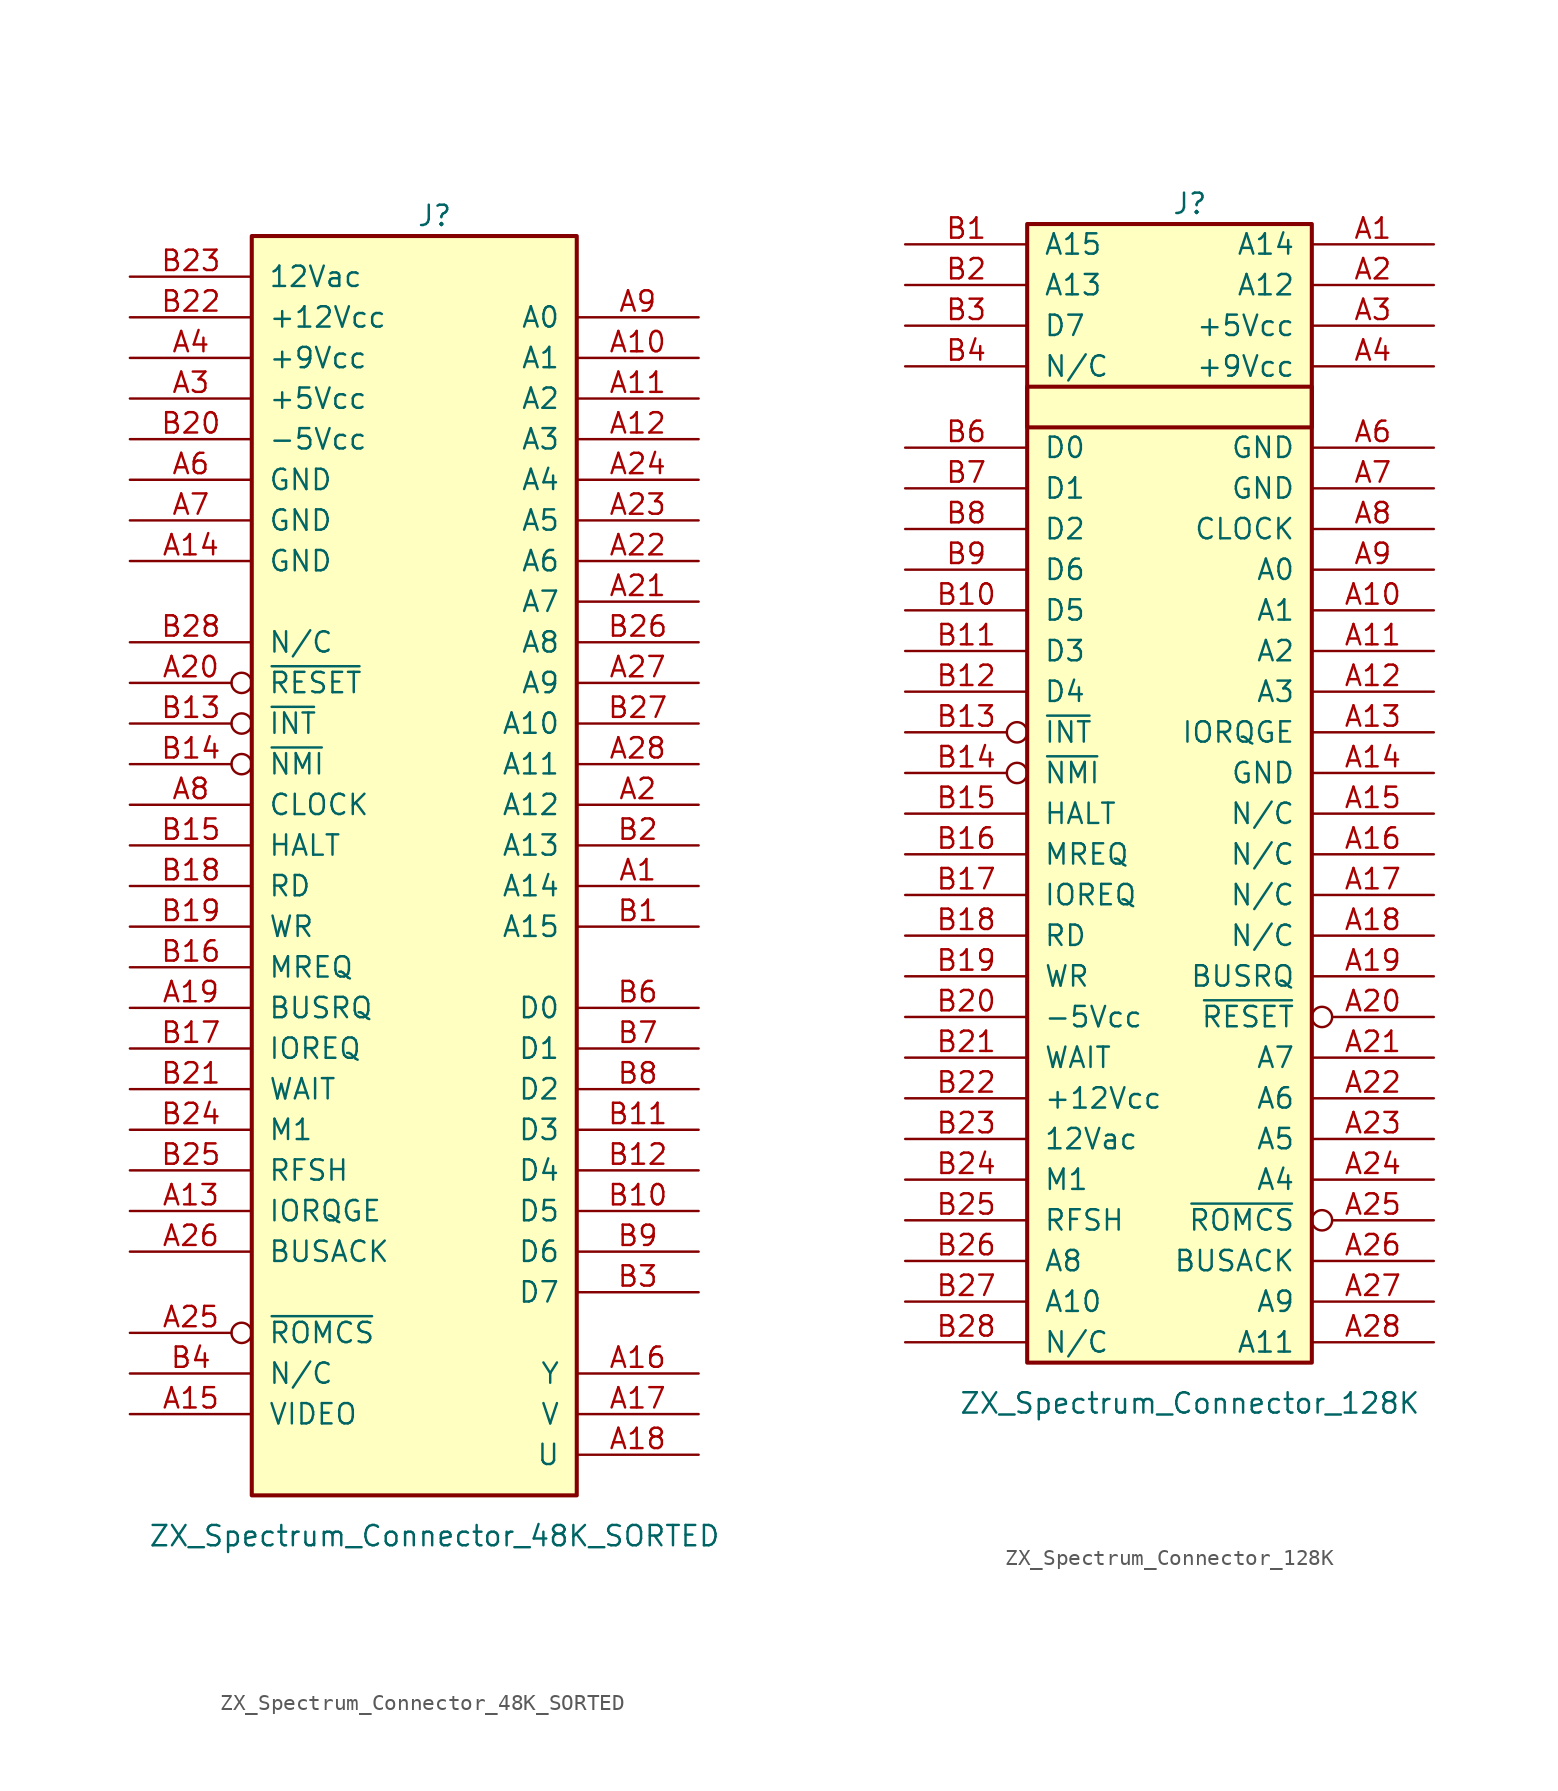
<source format=kicad_sym>
(kicad_symbol_lib
  (version 20241209)
  (generator "kicad_symbol_editor")
  (generator_version "9.0")
  (symbol "ZX_Spectrum_Connector_48K_SORTED"
    (pin_names
      (offset 1.016))
    (property "Reference" "J"
      (at 1.27 35.56 0)
      (effects (font (size 1.27 1.27))))
    (property "Value" "ZX_Spectrum_Connector_48K_SORTED"
      (at 1.27 -46.99 0)
      (effects (font (size 1.27 1.27))))
    (symbol "ZX_Spectrum_Connector_48K_SORTED_1_1"
      (rectangle (start -10.16 34.29) (end 10.16 -44.45) (stroke (width 0.254) (type default)) (fill (type background)))
      (pin bidirectional line (at -17.78 31.75 0) (length 7.62) (name "12Vac" (effects (font (size 1.27 1.27)))) (number "B23" (effects (font (size 1.27 1.27)))))
      (pin bidirectional line (at -17.78 29.21 0) (length 7.62) (name "+12Vcc" (effects (font (size 1.27 1.27)))) (number "B22" (effects (font (size 1.27 1.27)))))
      (pin bidirectional line (at -17.78 26.67 0) (length 7.62) (name "+9Vcc" (effects (font (size 1.27 1.27)))) (number "A4" (effects (font (size 1.27 1.27)))))
      (pin bidirectional line (at -17.78 24.13 0) (length 7.62) (name "+5Vcc" (effects (font (size 1.27 1.27)))) (number "A3" (effects (font (size 1.27 1.27)))))
      (pin bidirectional line (at -17.78 21.59 0) (length 7.62) (name "-5Vcc" (effects (font (size 1.27 1.27)))) (number "B20" (effects (font (size 1.27 1.27)))))
      (pin bidirectional line (at -17.78 19.05 0) (length 7.62) (name "GND" (effects (font (size 1.27 1.27)))) (number "A6" (effects (font (size 1.27 1.27)))))
      (pin bidirectional line (at -17.78 16.51 0) (length 7.62) (name "GND" (effects (font (size 1.27 1.27)))) (number "A7" (effects (font (size 1.27 1.27)))))
      (pin bidirectional line (at -17.78 13.97 0) (length 7.62) (name "GND" (effects (font (size 1.27 1.27)))) (number "A14" (effects (font (size 1.27 1.27)))))
      (pin unspecified line (at -17.78 8.89 0) (length 7.62) (name "N/C" (effects (font (size 1.27 1.27)))) (number "B28" (effects (font (size 1.27 1.27)))))
      (pin bidirectional inverted (at -17.78 6.35 0) (length 7.62) (name "~{RESET}" (effects (font (size 1.27 1.27)))) (number "A20" (effects (font (size 1.27 1.27)))))
      (pin bidirectional inverted (at -17.78 3.81 0) (length 7.62) (name "~{INT}" (effects (font (size 1.27 1.27)))) (number "B13" (effects (font (size 1.27 1.27)))))
      (pin bidirectional inverted (at -17.78 1.27 0) (length 7.62) (name "~{NMI}" (effects (font (size 1.27 1.27)))) (number "B14" (effects (font (size 1.27 1.27)))))
      (pin bidirectional line (at -17.78 -1.27 0) (length 7.62) (name "CLOCK" (effects (font (size 1.27 1.27)))) (number "A8" (effects (font (size 1.27 1.27)))))
      (pin bidirectional line (at -17.78 -3.81 0) (length 7.62) (name "HALT" (effects (font (size 1.27 1.27)))) (number "B15" (effects (font (size 1.27 1.27)))))
      (pin bidirectional line (at -17.78 -6.35 0) (length 7.62) (name "RD" (effects (font (size 1.27 1.27)))) (number "B18" (effects (font (size 1.27 1.27)))))
      (pin bidirectional line (at -17.78 -8.89 0) (length 7.62) (name "WR" (effects (font (size 1.27 1.27)))) (number "B19" (effects (font (size 1.27 1.27)))))
      (pin bidirectional line (at -17.78 -11.43 0) (length 7.62) (name "MREQ" (effects (font (size 1.27 1.27)))) (number "B16" (effects (font (size 1.27 1.27)))))
      (pin bidirectional line (at -17.78 -13.97 0) (length 7.62) (name "BUSRQ" (effects (font (size 1.27 1.27)))) (number "A19" (effects (font (size 1.27 1.27)))))
      (pin bidirectional line (at -17.78 -16.51 0) (length 7.62) (name "IOREQ" (effects (font (size 1.27 1.27)))) (number "B17" (effects (font (size 1.27 1.27)))))
      (pin bidirectional line (at -17.78 -19.05 0) (length 7.62) (name "WAIT" (effects (font (size 1.27 1.27)))) (number "B21" (effects (font (size 1.27 1.27)))))
      (pin bidirectional line (at -17.78 -21.59 0) (length 7.62) (name "M1" (effects (font (size 1.27 1.27)))) (number "B24" (effects (font (size 1.27 1.27)))))
      (pin bidirectional line (at -17.78 -24.13 0) (length 7.62) (name "RFSH" (effects (font (size 1.27 1.27)))) (number "B25" (effects (font (size 1.27 1.27)))))
      (pin bidirectional line (at -17.78 -26.67 0) (length 7.62) (name "IORQGE" (effects (font (size 1.27 1.27)))) (number "A13" (effects (font (size 1.27 1.27)))))
      (pin bidirectional line (at -17.78 -29.21 0) (length 7.62) (name "BUSACK" (effects (font (size 1.27 1.27)))) (number "A26" (effects (font (size 1.27 1.27)))))
      (pin bidirectional inverted (at -17.78 -34.29 0) (length 7.62) (name "~{ROMCS}" (effects (font (size 1.27 1.27)))) (number "A25" (effects (font (size 1.27 1.27)))))
      (pin unspecified line (at -17.78 -36.83 0) (length 7.62) (name "N/C" (effects (font (size 1.27 1.27)))) (number "B4" (effects (font (size 1.27 1.27)))))
      (pin bidirectional line (at -17.78 -39.37 0) (length 7.62) (name "VIDEO" (effects (font (size 1.27 1.27)))) (number "A15" (effects (font (size 1.27 1.27)))))
      (pin bidirectional line (at 17.78 29.21 180) (length 7.62) (name "A0" (effects (font (size 1.27 1.27)))) (number "A9" (effects (font (size 1.27 1.27)))))
      (pin bidirectional line (at 17.78 26.67 180) (length 7.62) (name "A1" (effects (font (size 1.27 1.27)))) (number "A10" (effects (font (size 1.27 1.27)))))
      (pin bidirectional line (at 17.78 24.13 180) (length 7.62) (name "A2" (effects (font (size 1.27 1.27)))) (number "A11" (effects (font (size 1.27 1.27)))))
      (pin bidirectional line (at 17.78 21.59 180) (length 7.62) (name "A3" (effects (font (size 1.27 1.27)))) (number "A12" (effects (font (size 1.27 1.27)))))
      (pin bidirectional line (at 17.78 19.05 180) (length 7.62) (name "A4" (effects (font (size 1.27 1.27)))) (number "A24" (effects (font (size 1.27 1.27)))))
      (pin bidirectional line (at 17.78 16.51 180) (length 7.62) (name "A5" (effects (font (size 1.27 1.27)))) (number "A23" (effects (font (size 1.27 1.27)))))
      (pin bidirectional line (at 17.78 13.97 180) (length 7.62) (name "A6" (effects (font (size 1.27 1.27)))) (number "A22" (effects (font (size 1.27 1.27)))))
      (pin bidirectional line (at 17.78 11.43 180) (length 7.62) (name "A7" (effects (font (size 1.27 1.27)))) (number "A21" (effects (font (size 1.27 1.27)))))
      (pin bidirectional line (at 17.78 8.89 180) (length 7.62) (name "A8" (effects (font (size 1.27 1.27)))) (number "B26" (effects (font (size 1.27 1.27)))))
      (pin bidirectional line (at 17.78 6.35 180) (length 7.62) (name "A9" (effects (font (size 1.27 1.27)))) (number "A27" (effects (font (size 1.27 1.27)))))
      (pin bidirectional line (at 17.78 3.81 180) (length 7.62) (name "A10" (effects (font (size 1.27 1.27)))) (number "B27" (effects (font (size 1.27 1.27)))))
      (pin bidirectional line (at 17.78 1.27 180) (length 7.62) (name "A11" (effects (font (size 1.27 1.27)))) (number "A28" (effects (font (size 1.27 1.27)))))
      (pin bidirectional line (at 17.78 -1.27 180) (length 7.62) (name "A12" (effects (font (size 1.27 1.27)))) (number "A2" (effects (font (size 1.27 1.27)))))
      (pin bidirectional line (at 17.78 -3.81 180) (length 7.62) (name "A13" (effects (font (size 1.27 1.27)))) (number "B2" (effects (font (size 1.27 1.27)))))
      (pin bidirectional line (at 17.78 -6.35 180) (length 7.62) (name "A14" (effects (font (size 1.27 1.27)))) (number "A1" (effects (font (size 1.27 1.27)))))
      (pin bidirectional line (at 17.78 -8.89 180) (length 7.62) (name "A15" (effects (font (size 1.27 1.27)))) (number "B1" (effects (font (size 1.27 1.27)))))
      (pin bidirectional line (at 17.78 -13.97 180) (length 7.62) (name "D0" (effects (font (size 1.27 1.27)))) (number "B6" (effects (font (size 1.27 1.27)))))
      (pin bidirectional line (at 17.78 -16.51 180) (length 7.62) (name "D1" (effects (font (size 1.27 1.27)))) (number "B7" (effects (font (size 1.27 1.27)))))
      (pin bidirectional line (at 17.78 -19.05 180) (length 7.62) (name "D2" (effects (font (size 1.27 1.27)))) (number "B8" (effects (font (size 1.27 1.27)))))
      (pin bidirectional line (at 17.78 -21.59 180) (length 7.62) (name "D3" (effects (font (size 1.27 1.27)))) (number "B11" (effects (font (size 1.27 1.27)))))
      (pin bidirectional line (at 17.78 -24.13 180) (length 7.62) (name "D4" (effects (font (size 1.27 1.27)))) (number "B12" (effects (font (size 1.27 1.27)))))
      (pin bidirectional line (at 17.78 -26.67 180) (length 7.62) (name "D5" (effects (font (size 1.27 1.27)))) (number "B10" (effects (font (size 1.27 1.27)))))
      (pin bidirectional line (at 17.78 -29.21 180) (length 7.62) (name "D6" (effects (font (size 1.27 1.27)))) (number "B9" (effects (font (size 1.27 1.27)))))
      (pin bidirectional line (at 17.78 -31.75 180) (length 7.62) (name "D7" (effects (font (size 1.27 1.27)))) (number "B3" (effects (font (size 1.27 1.27)))))
      (pin unspecified line (at 17.78 -36.83 180) (length 7.62) (name "Y" (effects (font (size 1.27 1.27)))) (number "A16" (effects (font (size 1.27 1.27)))))
      (pin bidirectional line (at 17.78 -39.37 180) (length 7.62) (name "V" (effects (font (size 1.27 1.27)))) (number "A17" (effects (font (size 1.27 1.27)))))
      (pin bidirectional line (at 17.78 -41.91 180) (length 7.62) (name "U" (effects (font (size 1.27 1.27)))) (number "A18" (effects (font (size 1.27 1.27)))))))
  (symbol "ZX_Spectrum_Connector_128K"
    (pin_names
      (offset 1.016))
    (property "Reference" "J"
      (at 1.27 36.83 0)
      (effects (font (size 1.27 1.27))))
    (property "Value" "ZX_Spectrum_Connector_128K"
      (at 1.27 -38.1 0)
      (effects (font (size 1.27 1.27))))
    (symbol "ZX_Spectrum_Connector_128K_1_1"
      (rectangle (start -8.89 35.56) (end 8.89 -35.56) (stroke (width 0.254) (type default)) (fill (type background)))
      (rectangle (start -8.89 25.4) (end 8.89 22.86) (stroke (width 0.254) (type default)) (fill (type none)))
      (pin bidirectional line (at -16.51 34.29 0) (length 7.62) (name "A15" (effects (font (size 1.27 1.27)))) (number "B1" (effects (font (size 1.27 1.27)))))
      (pin bidirectional line (at -16.51 31.75 0) (length 7.62) (name "A13" (effects (font (size 1.27 1.27)))) (number "B2" (effects (font (size 1.27 1.27)))))
      (pin bidirectional line (at -16.51 29.21 0) (length 7.62) (name "D7" (effects (font (size 1.27 1.27)))) (number "B3" (effects (font (size 1.27 1.27)))))
      (pin unspecified line (at -16.51 26.67 0) (length 7.62) (name "N/C" (effects (font (size 1.27 1.27)))) (number "B4" (effects (font (size 1.27 1.27)))))
      (pin bidirectional line (at -16.51 21.59 0) (length 7.62) (name "D0" (effects (font (size 1.27 1.27)))) (number "B6" (effects (font (size 1.27 1.27)))))
      (pin bidirectional line (at -16.51 19.05 0) (length 7.62) (name "D1" (effects (font (size 1.27 1.27)))) (number "B7" (effects (font (size 1.27 1.27)))))
      (pin bidirectional line (at -16.51 16.51 0) (length 7.62) (name "D2" (effects (font (size 1.27 1.27)))) (number "B8" (effects (font (size 1.27 1.27)))))
      (pin bidirectional line (at -16.51 13.97 0) (length 7.62) (name "D6" (effects (font (size 1.27 1.27)))) (number "B9" (effects (font (size 1.27 1.27)))))
      (pin bidirectional line (at -16.51 11.43 0) (length 7.62) (name "D5" (effects (font (size 1.27 1.27)))) (number "B10" (effects (font (size 1.27 1.27)))))
      (pin bidirectional line (at -16.51 8.89 0) (length 7.62) (name "D3" (effects (font (size 1.27 1.27)))) (number "B11" (effects (font (size 1.27 1.27)))))
      (pin bidirectional line (at -16.51 6.35 0) (length 7.62) (name "D4" (effects (font (size 1.27 1.27)))) (number "B12" (effects (font (size 1.27 1.27)))))
      (pin bidirectional inverted (at -16.51 3.81 0) (length 7.62) (name "~{INT}" (effects (font (size 1.27 1.27)))) (number "B13" (effects (font (size 1.27 1.27)))))
      (pin bidirectional inverted (at -16.51 1.27 0) (length 7.62) (name "~{NMI}" (effects (font (size 1.27 1.27)))) (number "B14" (effects (font (size 1.27 1.27)))))
      (pin bidirectional line (at -16.51 -1.27 0) (length 7.62) (name "HALT" (effects (font (size 1.27 1.27)))) (number "B15" (effects (font (size 1.27 1.27)))))
      (pin bidirectional line (at -16.51 -3.81 0) (length 7.62) (name "MREQ" (effects (font (size 1.27 1.27)))) (number "B16" (effects (font (size 1.27 1.27)))))
      (pin bidirectional line (at -16.51 -6.35 0) (length 7.62) (name "IOREQ" (effects (font (size 1.27 1.27)))) (number "B17" (effects (font (size 1.27 1.27)))))
      (pin bidirectional line (at -16.51 -8.89 0) (length 7.62) (name "RD" (effects (font (size 1.27 1.27)))) (number "B18" (effects (font (size 1.27 1.27)))))
      (pin bidirectional line (at -16.51 -11.43 0) (length 7.62) (name "WR" (effects (font (size 1.27 1.27)))) (number "B19" (effects (font (size 1.27 1.27)))))
      (pin bidirectional line (at -16.51 -13.97 0) (length 7.62) (name "-5Vcc" (effects (font (size 1.27 1.27)))) (number "B20" (effects (font (size 1.27 1.27)))))
      (pin bidirectional line (at -16.51 -16.51 0) (length 7.62) (name "WAIT" (effects (font (size 1.27 1.27)))) (number "B21" (effects (font (size 1.27 1.27)))))
      (pin bidirectional line (at -16.51 -19.05 0) (length 7.62) (name "+12Vcc" (effects (font (size 1.27 1.27)))) (number "B22" (effects (font (size 1.27 1.27)))))
      (pin bidirectional line (at -16.51 -21.59 0) (length 7.62) (name "12Vac" (effects (font (size 1.27 1.27)))) (number "B23" (effects (font (size 1.27 1.27)))))
      (pin bidirectional line (at -16.51 -24.13 0) (length 7.62) (name "M1" (effects (font (size 1.27 1.27)))) (number "B24" (effects (font (size 1.27 1.27)))))
      (pin bidirectional line (at -16.51 -26.67 0) (length 7.62) (name "RFSH" (effects (font (size 1.27 1.27)))) (number "B25" (effects (font (size 1.27 1.27)))))
      (pin bidirectional line (at -16.51 -29.21 0) (length 7.62) (name "A8" (effects (font (size 1.27 1.27)))) (number "B26" (effects (font (size 1.27 1.27)))))
      (pin bidirectional line (at -16.51 -31.75 0) (length 7.62) (name "A10" (effects (font (size 1.27 1.27)))) (number "B27" (effects (font (size 1.27 1.27)))))
      (pin passive line (at -16.51 -34.29 0) (length 7.62) (name "N/C" (effects (font (size 1.27 1.27)))) (number "B28" (effects (font (size 1.27 1.27)))))
      (pin bidirectional line (at 16.51 34.29 180) (length 7.62) (name "A14" (effects (font (size 1.27 1.27)))) (number "A1" (effects (font (size 1.27 1.27)))))
      (pin bidirectional line (at 16.51 31.75 180) (length 7.62) (name "A12" (effects (font (size 1.27 1.27)))) (number "A2" (effects (font (size 1.27 1.27)))))
      (pin bidirectional line (at 16.51 29.21 180) (length 7.62) (name "+5Vcc" (effects (font (size 1.27 1.27)))) (number "A3" (effects (font (size 1.27 1.27)))))
      (pin bidirectional line (at 16.51 26.67 180) (length 7.62) (name "+9Vcc" (effects (font (size 1.27 1.27)))) (number "A4" (effects (font (size 1.27 1.27)))))
      (pin bidirectional line (at 16.51 21.59 180) (length 7.62) (name "GND" (effects (font (size 1.27 1.27)))) (number "A6" (effects (font (size 1.27 1.27)))))
      (pin bidirectional line (at 16.51 19.05 180) (length 7.62) (name "GND" (effects (font (size 1.27 1.27)))) (number "A7" (effects (font (size 1.27 1.27)))))
      (pin bidirectional line (at 16.51 16.51 180) (length 7.62) (name "CLOCK" (effects (font (size 1.27 1.27)))) (number "A8" (effects (font (size 1.27 1.27)))))
      (pin bidirectional line (at 16.51 13.97 180) (length 7.62) (name "A0" (effects (font (size 1.27 1.27)))) (number "A9" (effects (font (size 1.27 1.27)))))
      (pin bidirectional line (at 16.51 11.43 180) (length 7.62) (name "A1" (effects (font (size 1.27 1.27)))) (number "A10" (effects (font (size 1.27 1.27)))))
      (pin bidirectional line (at 16.51 8.89 180) (length 7.62) (name "A2" (effects (font (size 1.27 1.27)))) (number "A11" (effects (font (size 1.27 1.27)))))
      (pin bidirectional line (at 16.51 6.35 180) (length 7.62) (name "A3" (effects (font (size 1.27 1.27)))) (number "A12" (effects (font (size 1.27 1.27)))))
      (pin bidirectional line (at 16.51 3.81 180) (length 7.62) (name "IORQGE" (effects (font (size 1.27 1.27)))) (number "A13" (effects (font (size 1.27 1.27)))))
      (pin bidirectional line (at 16.51 1.27 180) (length 7.62) (name "GND" (effects (font (size 1.27 1.27)))) (number "A14" (effects (font (size 1.27 1.27)))))
      (pin passive line (at 16.51 -1.27 180) (length 7.62) (name "N/C" (effects (font (size 1.27 1.27)))) (number "A15" (effects (font (size 1.27 1.27)))))
      (pin passive line (at 16.51 -3.81 180) (length 7.62) (name "N/C" (effects (font (size 1.27 1.27)))) (number "A16" (effects (font (size 1.27 1.27)))))
      (pin passive line (at 16.51 -6.35 180) (length 7.62) (name "N/C" (effects (font (size 1.27 1.27)))) (number "A17" (effects (font (size 1.27 1.27)))))
      (pin passive line (at 16.51 -8.89 180) (length 7.62) (name "N/C" (effects (font (size 1.27 1.27)))) (number "A18" (effects (font (size 1.27 1.27)))))
      (pin bidirectional line (at 16.51 -11.43 180) (length 7.62) (name "BUSRQ" (effects (font (size 1.27 1.27)))) (number "A19" (effects (font (size 1.27 1.27)))))
      (pin bidirectional inverted (at 16.51 -13.97 180) (length 7.62) (name "~{RESET}" (effects (font (size 1.27 1.27)))) (number "A20" (effects (font (size 1.27 1.27)))))
      (pin bidirectional line (at 16.51 -16.51 180) (length 7.62) (name "A7" (effects (font (size 1.27 1.27)))) (number "A21" (effects (font (size 1.27 1.27)))))
      (pin bidirectional line (at 16.51 -19.05 180) (length 7.62) (name "A6" (effects (font (size 1.27 1.27)))) (number "A22" (effects (font (size 1.27 1.27)))))
      (pin bidirectional line (at 16.51 -21.59 180) (length 7.62) (name "A5" (effects (font (size 1.27 1.27)))) (number "A23" (effects (font (size 1.27 1.27)))))
      (pin bidirectional line (at 16.51 -24.13 180) (length 7.62) (name "A4" (effects (font (size 1.27 1.27)))) (number "A24" (effects (font (size 1.27 1.27)))))
      (pin bidirectional inverted (at 16.51 -26.67 180) (length 7.62) (name "~{ROMCS}" (effects (font (size 1.27 1.27)))) (number "A25" (effects (font (size 1.27 1.27)))))
      (pin bidirectional line (at 16.51 -29.21 180) (length 7.62) (name "BUSACK" (effects (font (size 1.27 1.27)))) (number "A26" (effects (font (size 1.27 1.27)))))
      (pin bidirectional line (at 16.51 -31.75 180) (length 7.62) (name "A9" (effects (font (size 1.27 1.27)))) (number "A27" (effects (font (size 1.27 1.27)))))
      (pin bidirectional line (at 16.51 -34.29 180) (length 7.62) (name "A11" (effects (font (size 1.27 1.27)))) (number "A28" (effects (font (size 1.27 1.27))))))))
</source>
